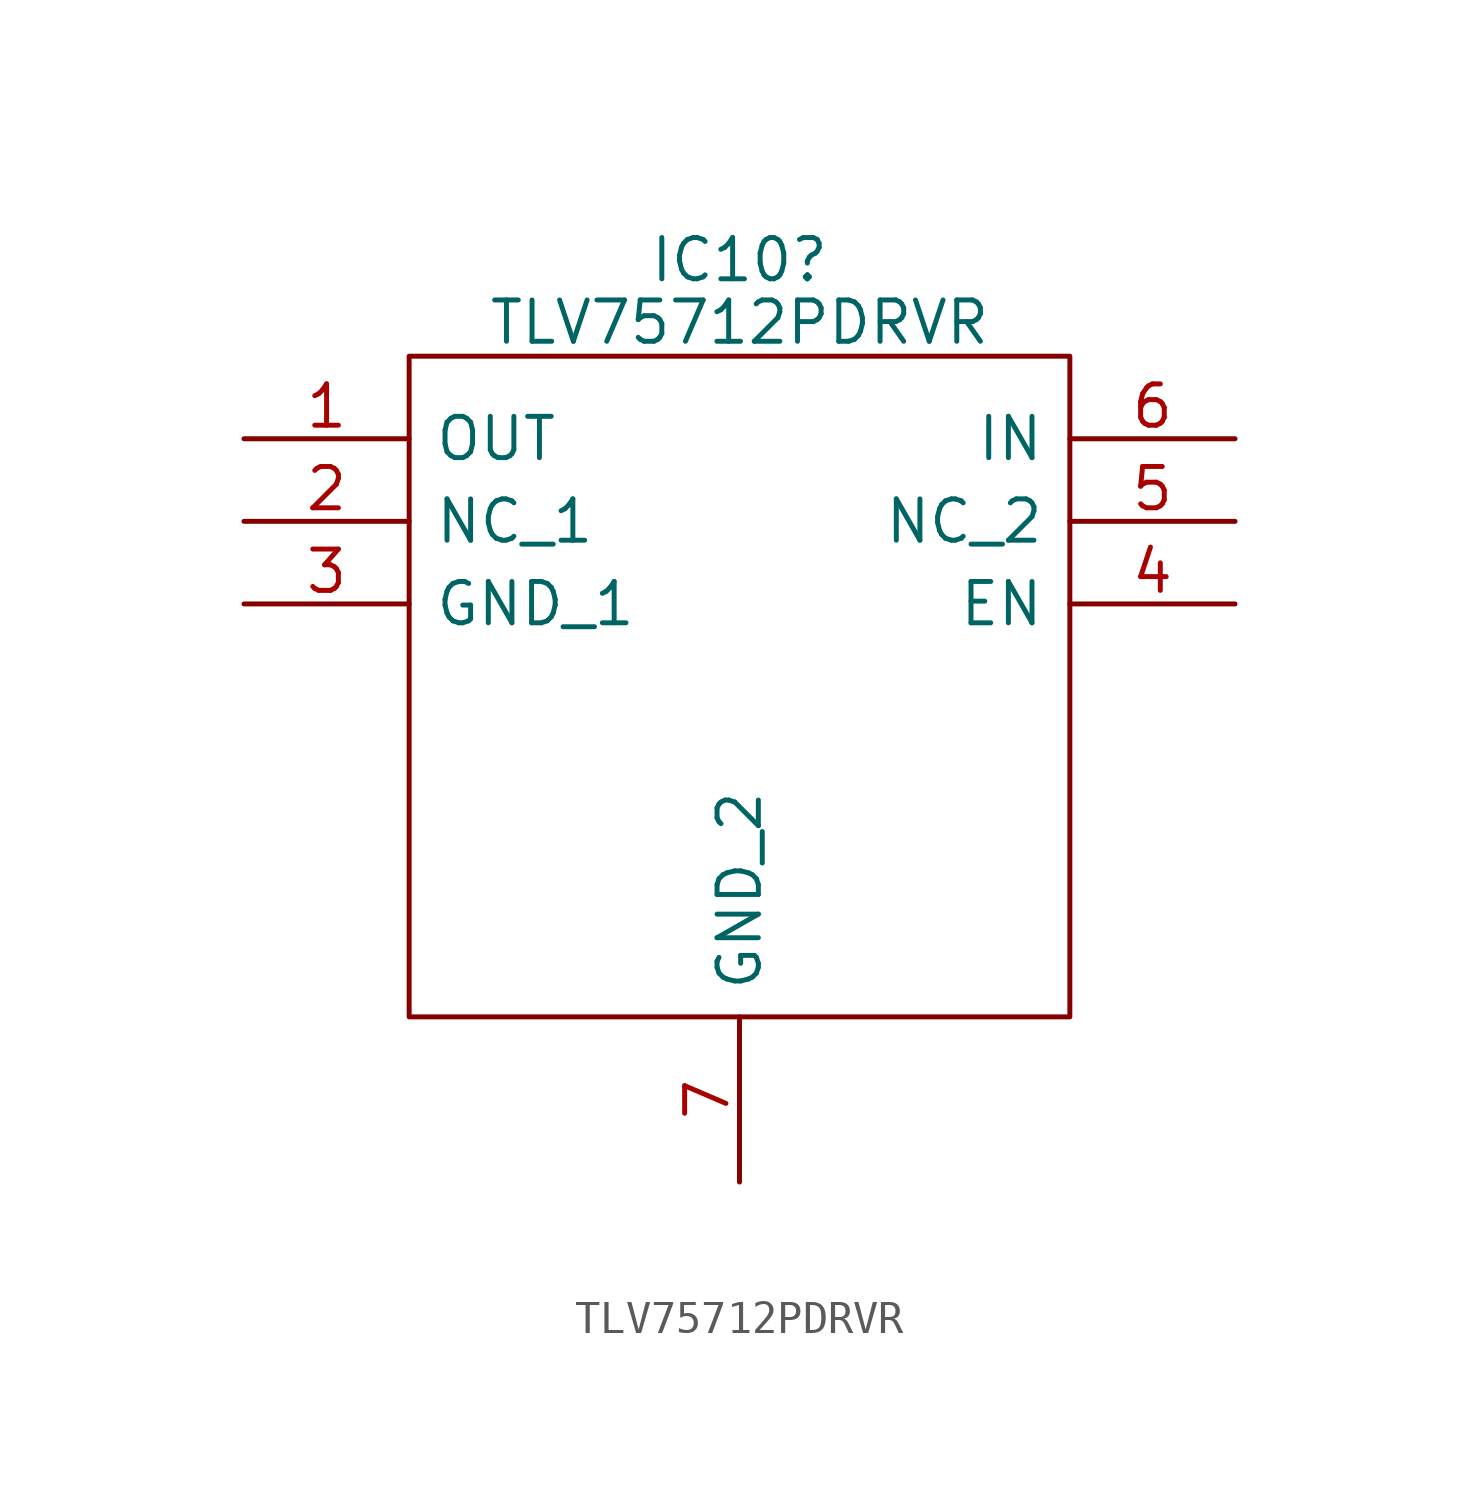
<source format=kicad_sym>
(kicad_symbol_lib
  (version 20220914)
  (generator kicad_symbol_editor)
  (symbol "TLV75712PDRVR"
    (pin_names
      (offset 0.762))
    (property "Reference" "IC10"
      (at 15.24 5.499 0)
      (effects (font (size 1.27 1.27))))
    (property "Value" "TLV75712PDRVR"
      (at 15.24 3.578 0)
      (effects (font (size 1.27 1.27))))
    (symbol "TLV75712PDRVR_0_0"
      (pin passive line (at 0 0 0) (length 5.08) (name "OUT" (effects (font (size 1.27 1.27)))) (number "1" (effects (font (size 1.27 1.27)))))
      (pin passive line (at 0 -2.54 0) (length 5.08) (name "NC_1" (effects (font (size 1.27 1.27)))) (number "2" (effects (font (size 1.27 1.27)))))
      (pin passive line (at 0 -5.08 0) (length 5.08) (name "GND_1" (effects (font (size 1.27 1.27)))) (number "3" (effects (font (size 1.27 1.27)))))
      (pin passive line (at 30.48 -5.08 180) (length 5.08) (name "EN" (effects (font (size 1.27 1.27)))) (number "4" (effects (font (size 1.27 1.27)))))
      (pin passive line (at 30.48 -2.54 180) (length 5.08) (name "NC_2" (effects (font (size 1.27 1.27)))) (number "5" (effects (font (size 1.27 1.27)))))
      (pin passive line (at 30.48 0 180) (length 5.08) (name "IN" (effects (font (size 1.27 1.27)))) (number "6" (effects (font (size 1.27 1.27)))))
      (pin passive line (at 15.24 -22.86 90) (length 5.08) (name "GND_2" (effects (font (size 1.27 1.27)))) (number "7" (effects (font (size 1.27 1.27))))))
    (symbol "TLV75712PDRVR_0_1"
      (polyline (pts (xy 5.08 2.54) (xy 25.4 2.54) (xy 25.4 -17.78) (xy 5.08 -17.78) (xy 5.08 2.54)) (stroke (width 0.152) (type solid)) (fill (type none))))))
</source>
